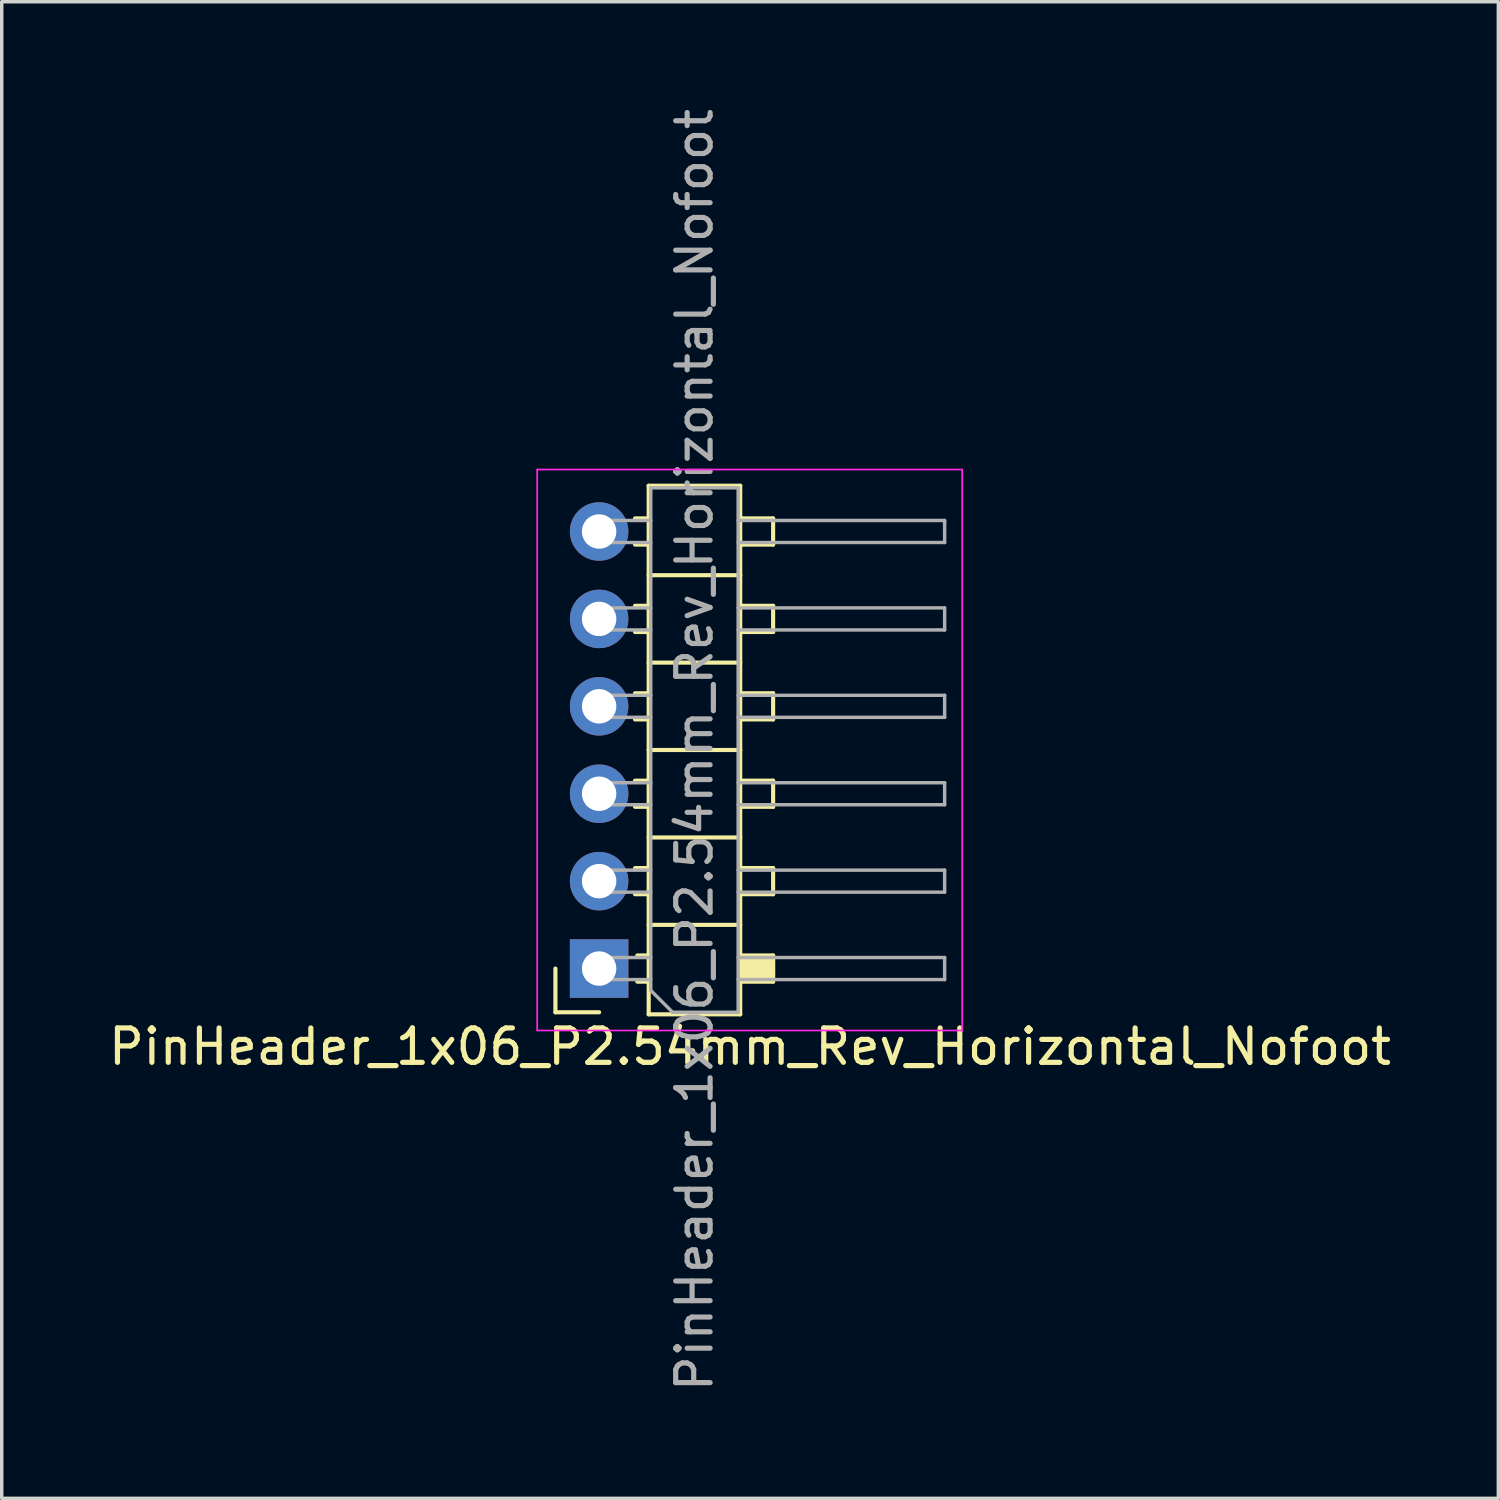
<source format=kicad_pcb>
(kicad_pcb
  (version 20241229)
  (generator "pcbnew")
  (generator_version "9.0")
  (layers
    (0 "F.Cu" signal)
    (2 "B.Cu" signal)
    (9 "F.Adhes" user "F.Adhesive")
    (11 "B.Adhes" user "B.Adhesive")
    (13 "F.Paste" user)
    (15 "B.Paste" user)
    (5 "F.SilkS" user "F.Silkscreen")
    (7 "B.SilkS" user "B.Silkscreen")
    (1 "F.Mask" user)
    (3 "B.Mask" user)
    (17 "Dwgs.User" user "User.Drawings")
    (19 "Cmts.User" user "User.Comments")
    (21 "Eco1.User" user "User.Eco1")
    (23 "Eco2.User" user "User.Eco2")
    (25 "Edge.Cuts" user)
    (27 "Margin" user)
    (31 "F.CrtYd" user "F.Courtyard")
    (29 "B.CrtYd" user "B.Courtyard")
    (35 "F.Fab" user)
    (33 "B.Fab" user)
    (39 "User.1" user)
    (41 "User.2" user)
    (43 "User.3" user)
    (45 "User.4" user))
  (footprint "PinHeader_1x06_P2.54mm_Rev_Horizontal_Nofoot"
    (layer "F.Cu")
    (at 14.335 12.461)
    (property "Reference" "PinHeader_1x06_P2.54mm_Rev_Horizontal_Nofoot" (at 4.409 14.903 0) (layer "F.SilkS") (effects (font (size 1 1) (thickness 0.15))))
    (attr through_hole)
    (fp_line (start -1.246 12.633) (end -1.246 13.903) (stroke (width 0.12) (type solid)) (layer "F.SilkS"))
    (fp_line (start -1.246 13.903) (end 0.024 13.903) (stroke (width 0.12) (type solid)) (layer "F.SilkS"))
    (fp_line (start 1.067 -0.447) (end 1.464 -0.447) (stroke (width 0.12) (type solid)) (layer "F.SilkS"))
    (fp_line (start 1.067 0.313) (end 1.464 0.313) (stroke (width 0.12) (type solid)) (layer "F.SilkS"))
    (fp_line (start 1.067 2.093) (end 1.464 2.093) (stroke (width 0.12) (type solid)) (layer "F.SilkS"))
    (fp_line (start 1.067 2.853) (end 1.464 2.853) (stroke (width 0.12) (type solid)) (layer "F.SilkS"))
    (fp_line (start 1.067 4.633) (end 1.464 4.633) (stroke (width 0.12) (type solid)) (layer "F.SilkS"))
    (fp_line (start 1.067 5.393) (end 1.464 5.393) (stroke (width 0.12) (type solid)) (layer "F.SilkS"))
    (fp_line (start 1.067 7.173) (end 1.464 7.173) (stroke (width 0.12) (type solid)) (layer "F.SilkS"))
    (fp_line (start 1.067 7.933) (end 1.464 7.933) (stroke (width 0.12) (type solid)) (layer "F.SilkS"))
    (fp_line (start 1.067 9.713) (end 1.464 9.713) (stroke (width 0.12) (type solid)) (layer "F.SilkS"))
    (fp_line (start 1.067 10.473) (end 1.464 10.473) (stroke (width 0.12) (type solid)) (layer "F.SilkS"))
    (fp_line (start 1.134 12.253) (end 1.464 12.253) (stroke (width 0.12) (type solid)) (layer "F.SilkS"))
    (fp_line (start 1.134 13.013) (end 1.464 13.013) (stroke (width 0.12) (type solid)) (layer "F.SilkS"))
    (fp_line (start 1.464 -1.397) (end 4.124 -1.397) (stroke (width 0.12) (type solid)) (layer "F.SilkS"))
    (fp_line (start 1.464 1.203) (end 4.124 1.203) (stroke (width 0.12) (type solid)) (layer "F.SilkS"))
    (fp_line (start 1.464 3.743) (end 4.124 3.743) (stroke (width 0.12) (type solid)) (layer "F.SilkS"))
    (fp_line (start 1.464 6.283) (end 4.124 6.283) (stroke (width 0.12) (type solid)) (layer "F.SilkS"))
    (fp_line (start 1.464 8.823) (end 4.124 8.823) (stroke (width 0.12) (type solid)) (layer "F.SilkS"))
    (fp_line (start 1.464 11.363) (end 4.124 11.363) (stroke (width 0.12) (type solid)) (layer "F.SilkS"))
    (fp_line (start 1.464 13.963) (end 1.464 -1.397) (stroke (width 0.12) (type solid)) (layer "F.SilkS"))
    (fp_line (start 4.124 -1.397) (end 4.124 13.963) (stroke (width 0.12) (type solid)) (layer "F.SilkS"))
    (fp_line (start 4.124 0.313) (end 5.08 0.313) (stroke (width 0.12) (type solid)) (layer "F.SilkS"))
    (fp_line (start 4.124 2.853) (end 5.08 2.853) (stroke (width 0.12) (type solid)) (layer "F.SilkS"))
    (fp_line (start 4.124 5.393) (end 5.08 5.393) (stroke (width 0.12) (type solid)) (layer "F.SilkS"))
    (fp_line (start 4.124 7.933) (end 5.08 7.933) (stroke (width 0.12) (type solid)) (layer "F.SilkS"))
    (fp_line (start 4.124 10.473) (end 5.08 10.473) (stroke (width 0.12) (type solid)) (layer "F.SilkS"))
    (fp_line (start 4.124 12.379) (end 5.08 12.379) (stroke (width 0.12) (type solid)) (layer "F.SilkS"))
    (fp_line (start 4.124 12.506) (end 5.08 12.506) (stroke (width 0.12) (type solid)) (layer "F.SilkS"))
    (fp_line (start 4.124 12.633) (end 5.08 12.633) (stroke (width 0.12) (type solid)) (layer "F.SilkS"))
    (fp_line (start 4.124 12.76) (end 5.08 12.76) (stroke (width 0.12) (type solid)) (layer "F.SilkS"))
    (fp_line (start 4.124 12.833) (end 5.08 12.833) (stroke (width 0.12) (type solid)) (layer "F.SilkS"))
    (fp_line (start 4.124 12.938) (end 5.08 12.938) (stroke (width 0.12) (type solid)) (layer "F.SilkS"))
    (fp_line (start 4.124 13.013) (end 5.08 13.013) (stroke (width 0.12) (type solid)) (layer "F.SilkS"))
    (fp_line (start 4.124 13.963) (end 1.464 13.963) (stroke (width 0.12) (type solid)) (layer "F.SilkS"))
    (fp_line (start 4.145 12.328) (end 5.08 12.328) (stroke (width 0.12) (type solid)) (layer "F.SilkS"))
    (fp_line (start 4.145 12.43) (end 5.08 12.43) (stroke (width 0.12) (type solid)) (layer "F.SilkS"))
    (fp_line (start 4.145 12.582) (end 5.08 12.582) (stroke (width 0.12) (type solid)) (layer "F.SilkS"))
    (fp_line (start 4.166 12.684) (end 5.08 12.684) (stroke (width 0.12) (type solid)) (layer "F.SilkS"))
    (fp_line (start 5.08 -0.447) (end 4.124 -0.447) (stroke (width 0.12) (type solid)) (layer "F.SilkS"))
    (fp_line (start 5.08 0.313) (end 5.08 -0.447) (stroke (width 0.12) (type solid)) (layer "F.SilkS"))
    (fp_line (start 5.08 2.093) (end 4.124 2.093) (stroke (width 0.12) (type solid)) (layer "F.SilkS"))
    (fp_line (start 5.08 2.853) (end 5.08 2.093) (stroke (width 0.12) (type solid)) (layer "F.SilkS"))
    (fp_line (start 5.08 4.633) (end 4.124 4.633) (stroke (width 0.12) (type solid)) (layer "F.SilkS"))
    (fp_line (start 5.08 5.393) (end 5.08 4.633) (stroke (width 0.12) (type solid)) (layer "F.SilkS"))
    (fp_line (start 5.08 7.173) (end 4.124 7.173) (stroke (width 0.12) (type solid)) (layer "F.SilkS"))
    (fp_line (start 5.08 7.933) (end 5.08 7.173) (stroke (width 0.12) (type solid)) (layer "F.SilkS"))
    (fp_line (start 5.08 9.713) (end 4.124 9.713) (stroke (width 0.12) (type solid)) (layer "F.SilkS"))
    (fp_line (start 5.08 10.473) (end 5.08 9.713) (stroke (width 0.12) (type solid)) (layer "F.SilkS"))
    (fp_line (start 5.08 12.253) (end 4.124 12.253) (stroke (width 0.12) (type solid)) (layer "F.SilkS"))
    (fp_line (start 5.08 13.013) (end 5.08 12.253) (stroke (width 0.12) (type solid)) (layer "F.SilkS"))
    (fp_line (start -1.776 -1.867) (end 10.574 -1.867) (stroke (width 0.05) (type solid)) (layer "F.CrtYd"))
    (fp_line (start -1.776 14.433) (end -1.776 -1.867) (stroke (width 0.05) (type solid)) (layer "F.CrtYd"))
    (fp_line (start 10.574 -1.867) (end 10.574 14.433) (stroke (width 0.05) (type solid)) (layer "F.CrtYd"))
    (fp_line (start 10.574 14.433) (end -1.776 14.433) (stroke (width 0.05) (type solid)) (layer "F.CrtYd"))
    (fp_line (start -0.296 -0.387) (end 1.524 -0.387) (stroke (width 0.1) (type solid)) (layer "F.Fab"))
    (fp_line (start -0.296 0.253) (end -0.296 -0.387) (stroke (width 0.1) (type solid)) (layer "F.Fab"))
    (fp_line (start -0.296 0.253) (end 1.524 0.253) (stroke (width 0.1) (type solid)) (layer "F.Fab"))
    (fp_line (start -0.296 2.153) (end 1.524 2.153) (stroke (width 0.1) (type solid)) (layer "F.Fab"))
    (fp_line (start -0.296 2.793) (end -0.296 2.153) (stroke (width 0.1) (type solid)) (layer "F.Fab"))
    (fp_line (start -0.296 2.793) (end 1.524 2.793) (stroke (width 0.1) (type solid)) (layer "F.Fab"))
    (fp_line (start -0.296 4.693) (end 1.524 4.693) (stroke (width 0.1) (type solid)) (layer "F.Fab"))
    (fp_line (start -0.296 5.333) (end -0.296 4.693) (stroke (width 0.1) (type solid)) (layer "F.Fab"))
    (fp_line (start -0.296 5.333) (end 1.524 5.333) (stroke (width 0.1) (type solid)) (layer "F.Fab"))
    (fp_line (start -0.296 7.233) (end 1.524 7.233) (stroke (width 0.1) (type solid)) (layer "F.Fab"))
    (fp_line (start -0.296 7.873) (end -0.296 7.233) (stroke (width 0.1) (type solid)) (layer "F.Fab"))
    (fp_line (start -0.296 7.873) (end 1.524 7.873) (stroke (width 0.1) (type solid)) (layer "F.Fab"))
    (fp_line (start -0.296 9.773) (end 1.524 9.773) (stroke (width 0.1) (type solid)) (layer "F.Fab"))
    (fp_line (start -0.296 10.413) (end -0.296 9.773) (stroke (width 0.1) (type solid)) (layer "F.Fab"))
    (fp_line (start -0.296 10.413) (end 1.524 10.413) (stroke (width 0.1) (type solid)) (layer "F.Fab"))
    (fp_line (start -0.296 12.313) (end 1.524 12.313) (stroke (width 0.1) (type solid)) (layer "F.Fab"))
    (fp_line (start -0.296 12.953) (end -0.296 12.313) (stroke (width 0.1) (type solid)) (layer "F.Fab"))
    (fp_line (start -0.296 12.953) (end 1.524 12.953) (stroke (width 0.1) (type solid)) (layer "F.Fab"))
    (fp_line (start 1.524 -1.337) (end 1.524 13.268) (stroke (width 0.1) (type solid)) (layer "F.Fab"))
    (fp_line (start 1.524 13.268) (end 2.159 13.903) (stroke (width 0.1) (type solid)) (layer "F.Fab"))
    (fp_line (start 2.159 13.903) (end 4.064 13.903) (stroke (width 0.1) (type solid)) (layer "F.Fab"))
    (fp_line (start 4.064 -1.337) (end 1.524 -1.337) (stroke (width 0.1) (type solid)) (layer "F.Fab"))
    (fp_line (start 4.064 -0.387) (end 10.064 -0.387) (stroke (width 0.1) (type solid)) (layer "F.Fab"))
    (fp_line (start 4.064 0.253) (end 10.064 0.253) (stroke (width 0.1) (type solid)) (layer "F.Fab"))
    (fp_line (start 4.064 2.153) (end 10.064 2.153) (stroke (width 0.1) (type solid)) (layer "F.Fab"))
    (fp_line (start 4.064 2.793) (end 10.064 2.793) (stroke (width 0.1) (type solid)) (layer "F.Fab"))
    (fp_line (start 4.064 4.693) (end 10.064 4.693) (stroke (width 0.1) (type solid)) (layer "F.Fab"))
    (fp_line (start 4.064 5.333) (end 10.064 5.333) (stroke (width 0.1) (type solid)) (layer "F.Fab"))
    (fp_line (start 4.064 7.233) (end 10.064 7.233) (stroke (width 0.1) (type solid)) (layer "F.Fab"))
    (fp_line (start 4.064 7.873) (end 10.064 7.873) (stroke (width 0.1) (type solid)) (layer "F.Fab"))
    (fp_line (start 4.064 9.773) (end 10.064 9.773) (stroke (width 0.1) (type solid)) (layer "F.Fab"))
    (fp_line (start 4.064 10.413) (end 10.064 10.413) (stroke (width 0.1) (type solid)) (layer "F.Fab"))
    (fp_line (start 4.064 12.313) (end 10.064 12.313) (stroke (width 0.1) (type solid)) (layer "F.Fab"))
    (fp_line (start 4.064 12.953) (end 10.064 12.953) (stroke (width 0.1) (type solid)) (layer "F.Fab"))
    (fp_line (start 4.064 13.903) (end 4.064 -1.337) (stroke (width 0.1) (type solid)) (layer "F.Fab"))
    (fp_line (start 10.064 0.253) (end 10.064 -0.387) (stroke (width 0.1) (type solid)) (layer "F.Fab"))
    (fp_line (start 10.064 2.793) (end 10.064 2.153) (stroke (width 0.1) (type solid)) (layer "F.Fab"))
    (fp_line (start 10.064 5.333) (end 10.064 4.693) (stroke (width 0.1) (type solid)) (layer "F.Fab"))
    (fp_line (start 10.064 7.873) (end 10.064 7.233) (stroke (width 0.1) (type solid)) (layer "F.Fab"))
    (fp_line (start 10.064 10.413) (end 10.064 9.773) (stroke (width 0.1) (type solid)) (layer "F.Fab"))
    (fp_line (start 10.064 12.953) (end 10.064 12.313) (stroke (width 0.1) (type solid)) (layer "F.Fab"))
    (fp_text user "${REFERENCE}" (at 2.794 6.283 90) (layer "F.Fab") (effects (font (size 1 1) (thickness 0.15))))
    (pad "1" thru_hole rect (at 0.024 12.633) (size 1.7 1.7) (drill 1) (layers "*.Cu" "*.Mask"))
    (pad "2" thru_hole oval (at 0.024 10.093) (size 1.7 1.7) (drill 1) (layers "*.Cu" "*.Mask"))
    (pad "3" thru_hole oval (at 0.024 7.553) (size 1.7 1.7) (drill 1) (layers "*.Cu" "*.Mask"))
    (pad "4" thru_hole oval (at 0.024 5.013) (size 1.7 1.7) (drill 1) (layers "*.Cu" "*.Mask"))
    (pad "5" thru_hole oval (at 0.024 2.473) (size 1.7 1.7) (drill 1) (layers "*.Cu" "*.Mask"))
    (pad "6" thru_hole oval (at 0.024 -0.067) (size 1.7 1.7) (drill 1) (layers "*.Cu" "*.Mask")))
  (gr_rect
    (start -3 -3)
    (end 40.488 40.488)
    (stroke (width 0.1) (type default))
    (fill no)
    (layer "Edge.Cuts")))
</source>
